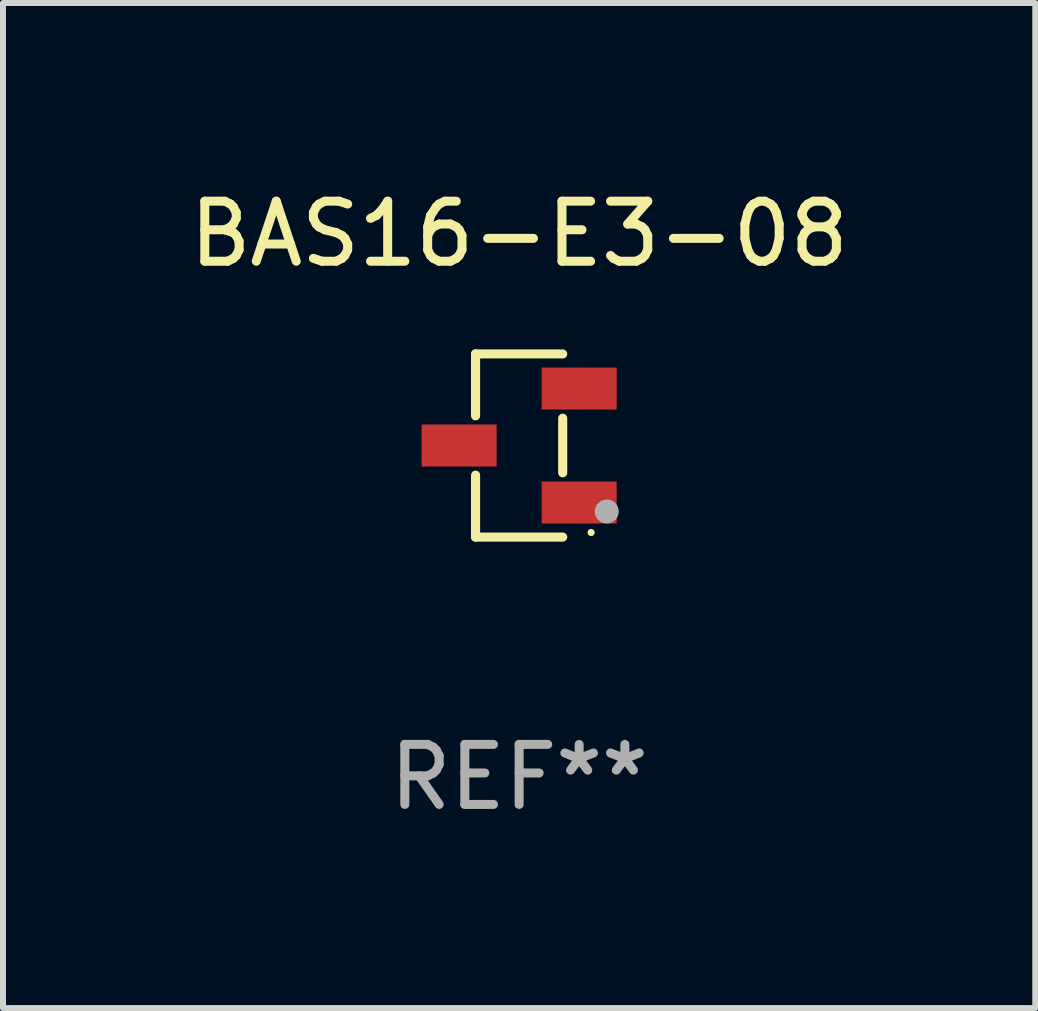
<source format=kicad_pcb>
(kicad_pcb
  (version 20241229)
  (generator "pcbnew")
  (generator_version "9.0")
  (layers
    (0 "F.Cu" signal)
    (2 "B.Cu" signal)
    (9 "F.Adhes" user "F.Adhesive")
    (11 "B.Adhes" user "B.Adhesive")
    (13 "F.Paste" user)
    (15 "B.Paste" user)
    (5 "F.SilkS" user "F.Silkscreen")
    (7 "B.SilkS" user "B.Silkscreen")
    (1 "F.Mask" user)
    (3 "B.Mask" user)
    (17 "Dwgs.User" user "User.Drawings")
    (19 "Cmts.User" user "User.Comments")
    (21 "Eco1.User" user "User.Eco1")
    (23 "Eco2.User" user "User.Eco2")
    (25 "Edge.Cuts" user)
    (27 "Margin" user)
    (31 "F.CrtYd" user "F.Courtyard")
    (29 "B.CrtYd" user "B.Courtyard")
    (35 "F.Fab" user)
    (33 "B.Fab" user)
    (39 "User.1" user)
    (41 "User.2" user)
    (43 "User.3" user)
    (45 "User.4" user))
  (footprint "BAS16-E3-08"
    (layer "F.Cu")
    (at 5.601 4.374)
    (property "Reference" "BAS16-E3-08" (at 0 -3.526 0) (layer "F.SilkS") (effects (font (size 1 1) (thickness 0.15))))
    (attr through_hole)
    (fp_line (start -0.726 -1.526) (end -0.726 -0.495) (stroke (width 0.152) (type solid)) (layer "F.SilkS"))
    (fp_line (start -0.726 1.526) (end -0.726 0.495) (stroke (width 0.152) (type solid)) (layer "F.SilkS"))
    (fp_line (start 0.726 -1.526) (end -0.726 -1.526) (stroke (width 0.152) (type solid)) (layer "F.SilkS"))
    (fp_line (start 0.726 -0.455) (end 0.726 0.455) (stroke (width 0.152) (type solid)) (layer "F.SilkS"))
    (fp_line (start 0.726 1.526) (end -0.726 1.526) (stroke (width 0.152) (type solid)) (layer "F.SilkS"))
    (fp_circle (center 1.2 1.45) (end 1.23 1.45) (stroke (width 0.06) (type solid)) (fill no) (layer "F.SilkS"))
    (fp_circle (center 1.46 1.1) (end 1.56 1.1) (stroke (width 0.2) (type solid)) (fill no) (layer "F.Fab"))
    (fp_text user "REF**" (at 0 5.526 0) (layer "F.Fab") (effects (font (size 1 1) (thickness 0.15))))
    (pad "1" smd rect (at 1 0.95) (size 1.25 0.7) (layers "F.Cu" "F.Mask" "F.Paste"))
    (pad "2" smd rect (at 1 -0.95) (size 1.25 0.7) (layers "F.Cu" "F.Mask" "F.Paste"))
    (pad "3" smd rect (at -1 0) (size 1.25 0.7) (layers "F.Cu" "F.Mask" "F.Paste")))
  (gr_rect
    (start -3 -3)
    (end 14.202 13.749)
    (stroke (width 0.1) (type default))
    (fill no)
    (layer "Edge.Cuts")))
</source>
